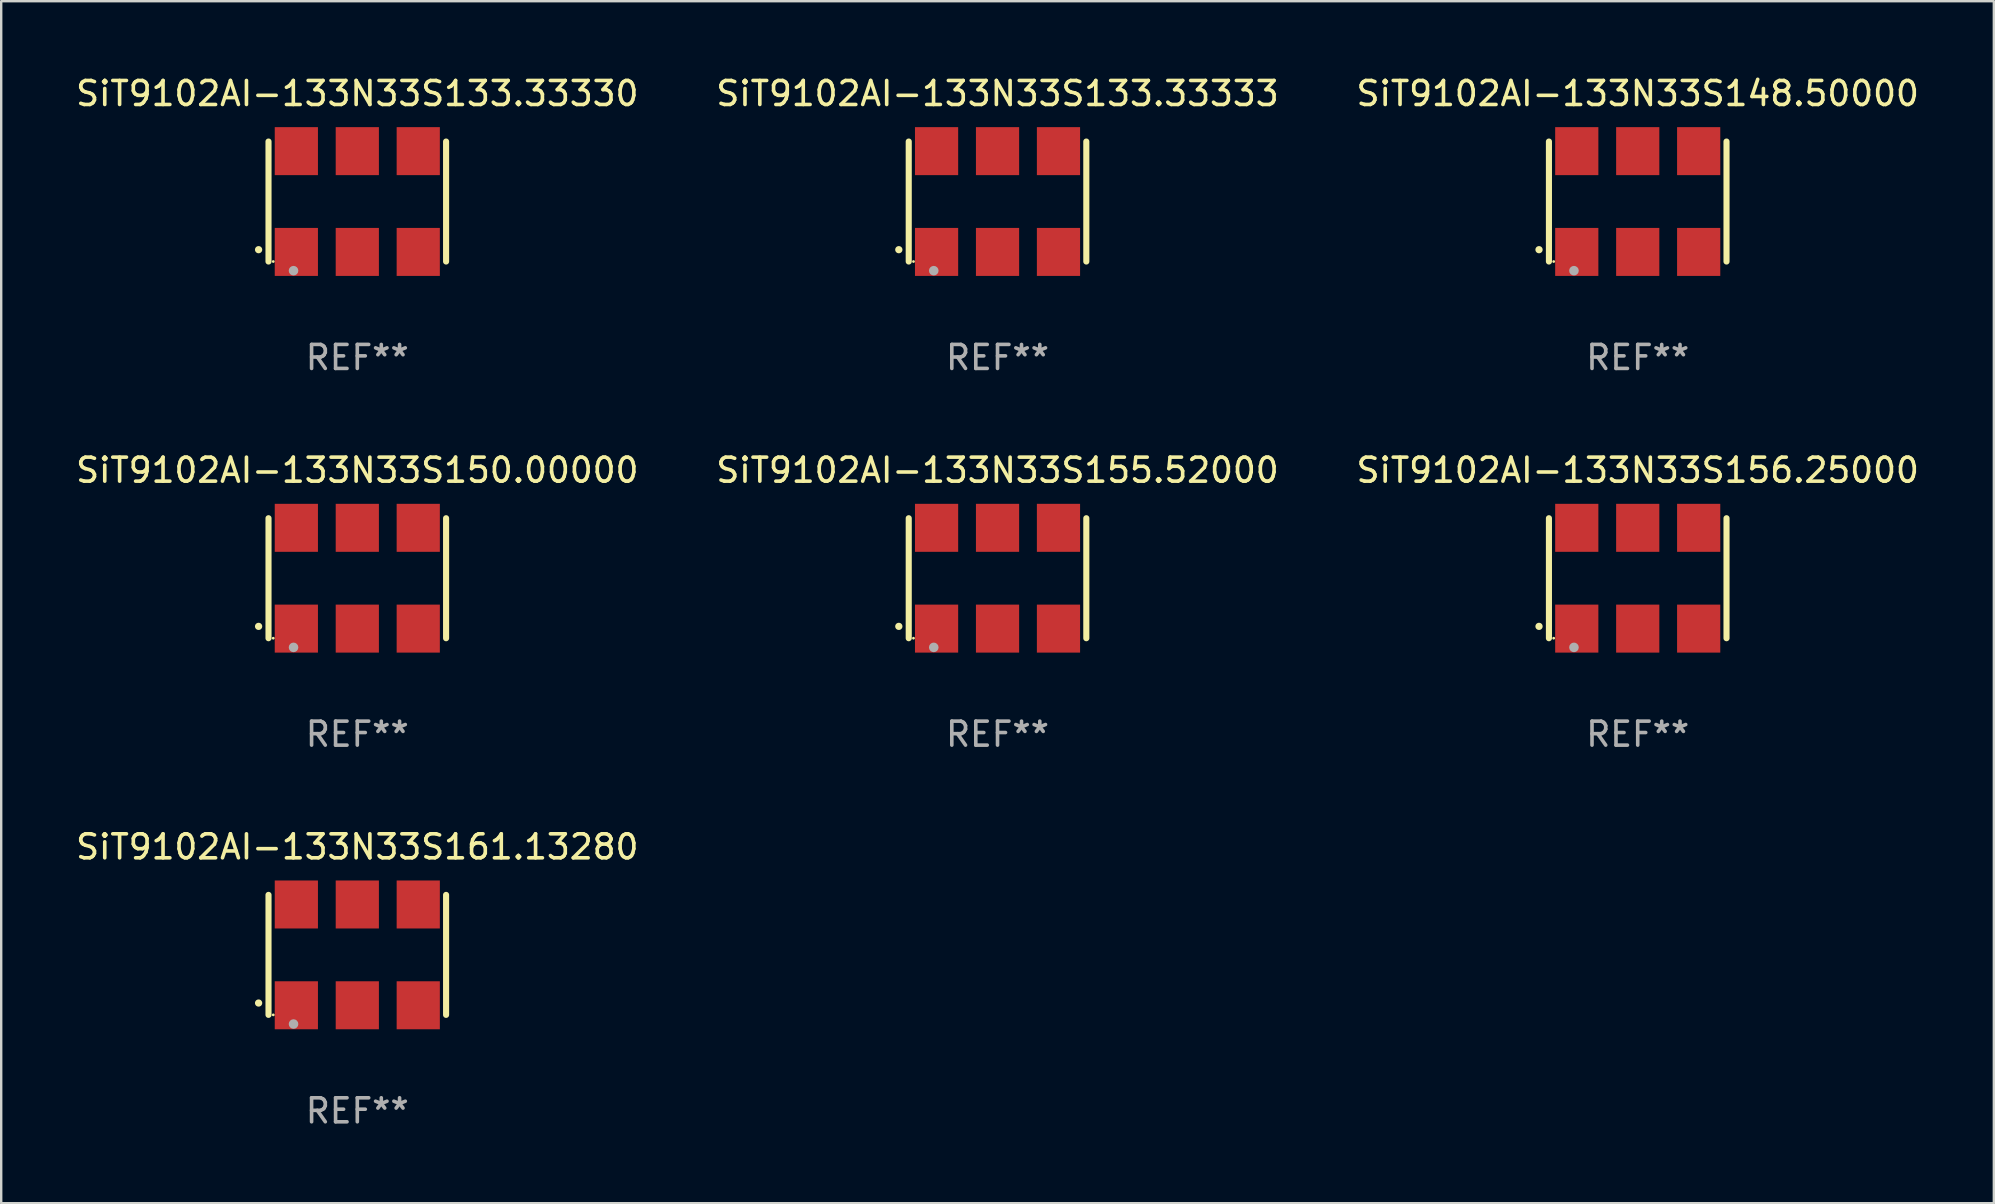
<source format=kicad_pcb>
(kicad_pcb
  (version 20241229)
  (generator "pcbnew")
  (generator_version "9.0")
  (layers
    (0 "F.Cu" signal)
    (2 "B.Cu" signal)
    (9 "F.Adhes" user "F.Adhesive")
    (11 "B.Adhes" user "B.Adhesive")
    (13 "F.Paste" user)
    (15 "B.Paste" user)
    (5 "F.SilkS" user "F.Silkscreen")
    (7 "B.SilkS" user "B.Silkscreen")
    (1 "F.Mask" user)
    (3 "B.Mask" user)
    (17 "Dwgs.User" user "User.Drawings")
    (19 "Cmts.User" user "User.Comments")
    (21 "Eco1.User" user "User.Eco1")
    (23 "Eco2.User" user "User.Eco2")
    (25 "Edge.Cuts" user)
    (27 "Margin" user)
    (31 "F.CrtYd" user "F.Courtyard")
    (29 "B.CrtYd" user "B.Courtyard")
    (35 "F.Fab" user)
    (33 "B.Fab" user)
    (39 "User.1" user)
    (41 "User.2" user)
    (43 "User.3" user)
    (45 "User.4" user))
  (footprint "SiT9102AI-133N33S161.13280"
    (layer "F.Cu")
    (at 11.839 36.741)
    (property "Reference" "SiT9102AI-133N33S161.13280" (at 0 -4.5 0) (layer "F.SilkS") (effects (font (size 1 1) (thickness 0.15))))
    (attr through_hole)
    (fp_line (start -3.7 -2.5) (end -3.7 2.5) (stroke (width 0.254) (type solid)) (layer "F.SilkS"))
    (fp_line (start 3.7 -2.5) (end 3.7 2.5) (stroke (width 0.254) (type solid)) (layer "F.SilkS"))
    (fp_arc (start -4.114415 2.006604) (mid -4.113145 2.006599) (end -4.111875 2.006604) (stroke (width 0.3) (type solid)) (layer "F.SilkS"))
    (fp_circle (center -3.502 2.5) (end -3.472 2.5) (stroke (width 0.06) (type solid)) (fill no) (layer "F.SilkS"))
    (fp_circle (center -2.657 2.882) (end -2.557 2.882) (stroke (width 0.2) (type solid)) (fill no) (layer "F.Fab"))
    (fp_text user "REF**" (at 0 6.5 0) (layer "F.Fab") (effects (font (size 1 1) (thickness 0.15))))
    (pad "1" smd rect (at -2.54 2.1) (size 1.8 2) (layers "F.Cu" "F.Mask" "F.Paste"))
    (pad "2" smd rect (at 0.000394 2.1) (size 1.8 2) (layers "F.Cu" "F.Mask" "F.Paste"))
    (pad "3" smd rect (at 2.54 2.1) (size 1.8 2) (layers "F.Cu" "F.Mask" "F.Paste"))
    (pad "4" smd rect (at 2.54 -2.1) (size 1.8 2) (layers "F.Cu" "F.Mask" "F.Paste"))
    (pad "5" smd rect (at 0.000394 -2.1) (size 1.8 2) (layers "F.Cu" "F.Mask" "F.Paste"))
    (pad "6" smd rect (at -2.54 -2.1) (size 1.8 2) (layers "F.Cu" "F.Mask" "F.Paste")))
  (footprint "SiT9102AI-133N33S133.33333"
    (layer "F.Cu")
    (at 38.518 5.348)
    (property "Reference" "SiT9102AI-133N33S133.33333" (at 0 -4.5 0) (layer "F.SilkS") (effects (font (size 1 1) (thickness 0.15))))
    (attr through_hole)
    (fp_line (start -3.7 -2.5) (end -3.7 2.5) (stroke (width 0.254) (type solid)) (layer "F.SilkS"))
    (fp_line (start 3.7 -2.5) (end 3.7 2.5) (stroke (width 0.254) (type solid)) (layer "F.SilkS"))
    (fp_arc (start -4.114415 2.006604) (mid -4.113145 2.006599) (end -4.111875 2.006604) (stroke (width 0.3) (type solid)) (layer "F.SilkS"))
    (fp_circle (center -3.502 2.5) (end -3.472 2.5) (stroke (width 0.06) (type solid)) (fill no) (layer "F.SilkS"))
    (fp_circle (center -2.657 2.882) (end -2.557 2.882) (stroke (width 0.2) (type solid)) (fill no) (layer "F.Fab"))
    (fp_text user "REF**" (at 0 6.5 0) (layer "F.Fab") (effects (font (size 1 1) (thickness 0.15))))
    (pad "1" smd rect (at -2.54 2.1) (size 1.8 2) (layers "F.Cu" "F.Mask" "F.Paste"))
    (pad "2" smd rect (at 0.000394 2.1) (size 1.8 2) (layers "F.Cu" "F.Mask" "F.Paste"))
    (pad "3" smd rect (at 2.54 2.1) (size 1.8 2) (layers "F.Cu" "F.Mask" "F.Paste"))
    (pad "4" smd rect (at 2.54 -2.1) (size 1.8 2) (layers "F.Cu" "F.Mask" "F.Paste"))
    (pad "5" smd rect (at 0.000394 -2.1) (size 1.8 2) (layers "F.Cu" "F.Mask" "F.Paste"))
    (pad "6" smd rect (at -2.54 -2.1) (size 1.8 2) (layers "F.Cu" "F.Mask" "F.Paste")))
  (footprint "SiT9102AI-133N33S155.52000"
    (layer "F.Cu")
    (at 38.518 21.045)
    (property "Reference" "SiT9102AI-133N33S155.52000" (at 0 -4.5 0) (layer "F.SilkS") (effects (font (size 1 1) (thickness 0.15))))
    (attr through_hole)
    (fp_line (start -3.7 -2.5) (end -3.7 2.5) (stroke (width 0.254) (type solid)) (layer "F.SilkS"))
    (fp_line (start 3.7 -2.5) (end 3.7 2.5) (stroke (width 0.254) (type solid)) (layer "F.SilkS"))
    (fp_arc (start -4.114415 2.006604) (mid -4.113145 2.006599) (end -4.111875 2.006604) (stroke (width 0.3) (type solid)) (layer "F.SilkS"))
    (fp_circle (center -3.502 2.5) (end -3.472 2.5) (stroke (width 0.06) (type solid)) (fill no) (layer "F.SilkS"))
    (fp_circle (center -2.657 2.882) (end -2.557 2.882) (stroke (width 0.2) (type solid)) (fill no) (layer "F.Fab"))
    (fp_text user "REF**" (at 0 6.5 0) (layer "F.Fab") (effects (font (size 1 1) (thickness 0.15))))
    (pad "1" smd rect (at -2.54 2.1) (size 1.8 2) (layers "F.Cu" "F.Mask" "F.Paste"))
    (pad "2" smd rect (at 0.000394 2.1) (size 1.8 2) (layers "F.Cu" "F.Mask" "F.Paste"))
    (pad "3" smd rect (at 2.54 2.1) (size 1.8 2) (layers "F.Cu" "F.Mask" "F.Paste"))
    (pad "4" smd rect (at 2.54 -2.1) (size 1.8 2) (layers "F.Cu" "F.Mask" "F.Paste"))
    (pad "5" smd rect (at 0.000394 -2.1) (size 1.8 2) (layers "F.Cu" "F.Mask" "F.Paste"))
    (pad "6" smd rect (at -2.54 -2.1) (size 1.8 2) (layers "F.Cu" "F.Mask" "F.Paste")))
  (footprint "SiT9102AI-133N33S133.33330"
    (layer "F.Cu")
    (at 11.839 5.348)
    (property "Reference" "SiT9102AI-133N33S133.33330" (at 0 -4.5 0) (layer "F.SilkS") (effects (font (size 1 1) (thickness 0.15))))
    (attr through_hole)
    (fp_line (start -3.7 -2.5) (end -3.7 2.5) (stroke (width 0.254) (type solid)) (layer "F.SilkS"))
    (fp_line (start 3.7 -2.5) (end 3.7 2.5) (stroke (width 0.254) (type solid)) (layer "F.SilkS"))
    (fp_arc (start -4.114415 2.006604) (mid -4.113145 2.006599) (end -4.111875 2.006604) (stroke (width 0.3) (type solid)) (layer "F.SilkS"))
    (fp_circle (center -3.502 2.5) (end -3.472 2.5) (stroke (width 0.06) (type solid)) (fill no) (layer "F.SilkS"))
    (fp_circle (center -2.657 2.882) (end -2.557 2.882) (stroke (width 0.2) (type solid)) (fill no) (layer "F.Fab"))
    (fp_text user "REF**" (at 0 6.5 0) (layer "F.Fab") (effects (font (size 1 1) (thickness 0.15))))
    (pad "1" smd rect (at -2.54 2.1) (size 1.8 2) (layers "F.Cu" "F.Mask" "F.Paste"))
    (pad "2" smd rect (at 0.000394 2.1) (size 1.8 2) (layers "F.Cu" "F.Mask" "F.Paste"))
    (pad "3" smd rect (at 2.54 2.1) (size 1.8 2) (layers "F.Cu" "F.Mask" "F.Paste"))
    (pad "4" smd rect (at 2.54 -2.1) (size 1.8 2) (layers "F.Cu" "F.Mask" "F.Paste"))
    (pad "5" smd rect (at 0.000394 -2.1) (size 1.8 2) (layers "F.Cu" "F.Mask" "F.Paste"))
    (pad "6" smd rect (at -2.54 -2.1) (size 1.8 2) (layers "F.Cu" "F.Mask" "F.Paste")))
  (footprint "SiT9102AI-133N33S156.25000"
    (layer "F.Cu")
    (at 65.196 21.045)
    (property "Reference" "SiT9102AI-133N33S156.25000" (at 0 -4.5 0) (layer "F.SilkS") (effects (font (size 1 1) (thickness 0.15))))
    (attr through_hole)
    (fp_line (start -3.7 -2.5) (end -3.7 2.5) (stroke (width 0.254) (type solid)) (layer "F.SilkS"))
    (fp_line (start 3.7 -2.5) (end 3.7 2.5) (stroke (width 0.254) (type solid)) (layer "F.SilkS"))
    (fp_arc (start -4.114415 2.006604) (mid -4.113145 2.006599) (end -4.111875 2.006604) (stroke (width 0.3) (type solid)) (layer "F.SilkS"))
    (fp_circle (center -3.502 2.5) (end -3.472 2.5) (stroke (width 0.06) (type solid)) (fill no) (layer "F.SilkS"))
    (fp_circle (center -2.657 2.882) (end -2.557 2.882) (stroke (width 0.2) (type solid)) (fill no) (layer "F.Fab"))
    (fp_text user "REF**" (at 0 6.5 0) (layer "F.Fab") (effects (font (size 1 1) (thickness 0.15))))
    (pad "1" smd rect (at -2.54 2.1) (size 1.8 2) (layers "F.Cu" "F.Mask" "F.Paste"))
    (pad "2" smd rect (at 0.000394 2.1) (size 1.8 2) (layers "F.Cu" "F.Mask" "F.Paste"))
    (pad "3" smd rect (at 2.54 2.1) (size 1.8 2) (layers "F.Cu" "F.Mask" "F.Paste"))
    (pad "4" smd rect (at 2.54 -2.1) (size 1.8 2) (layers "F.Cu" "F.Mask" "F.Paste"))
    (pad "5" smd rect (at 0.000394 -2.1) (size 1.8 2) (layers "F.Cu" "F.Mask" "F.Paste"))
    (pad "6" smd rect (at -2.54 -2.1) (size 1.8 2) (layers "F.Cu" "F.Mask" "F.Paste")))
  (footprint "SiT9102AI-133N33S148.50000"
    (layer "F.Cu")
    (at 65.196 5.348)
    (property "Reference" "SiT9102AI-133N33S148.50000" (at 0 -4.5 0) (layer "F.SilkS") (effects (font (size 1 1) (thickness 0.15))))
    (attr through_hole)
    (fp_line (start -3.7 -2.5) (end -3.7 2.5) (stroke (width 0.254) (type solid)) (layer "F.SilkS"))
    (fp_line (start 3.7 -2.5) (end 3.7 2.5) (stroke (width 0.254) (type solid)) (layer "F.SilkS"))
    (fp_arc (start -4.114415 2.006604) (mid -4.113145 2.006599) (end -4.111875 2.006604) (stroke (width 0.3) (type solid)) (layer "F.SilkS"))
    (fp_circle (center -3.502 2.5) (end -3.472 2.5) (stroke (width 0.06) (type solid)) (fill no) (layer "F.SilkS"))
    (fp_circle (center -2.657 2.882) (end -2.557 2.882) (stroke (width 0.2) (type solid)) (fill no) (layer "F.Fab"))
    (fp_text user "REF**" (at 0 6.5 0) (layer "F.Fab") (effects (font (size 1 1) (thickness 0.15))))
    (pad "1" smd rect (at -2.54 2.1) (size 1.8 2) (layers "F.Cu" "F.Mask" "F.Paste"))
    (pad "2" smd rect (at 0.000394 2.1) (size 1.8 2) (layers "F.Cu" "F.Mask" "F.Paste"))
    (pad "3" smd rect (at 2.54 2.1) (size 1.8 2) (layers "F.Cu" "F.Mask" "F.Paste"))
    (pad "4" smd rect (at 2.54 -2.1) (size 1.8 2) (layers "F.Cu" "F.Mask" "F.Paste"))
    (pad "5" smd rect (at 0.000394 -2.1) (size 1.8 2) (layers "F.Cu" "F.Mask" "F.Paste"))
    (pad "6" smd rect (at -2.54 -2.1) (size 1.8 2) (layers "F.Cu" "F.Mask" "F.Paste")))
  (footprint "SiT9102AI-133N33S150.00000"
    (layer "F.Cu")
    (at 11.839 21.045)
    (property "Reference" "SiT9102AI-133N33S150.00000" (at 0 -4.5 0) (layer "F.SilkS") (effects (font (size 1 1) (thickness 0.15))))
    (attr through_hole)
    (fp_line (start -3.7 -2.5) (end -3.7 2.5) (stroke (width 0.254) (type solid)) (layer "F.SilkS"))
    (fp_line (start 3.7 -2.5) (end 3.7 2.5) (stroke (width 0.254) (type solid)) (layer "F.SilkS"))
    (fp_arc (start -4.114415 2.006604) (mid -4.113145 2.006599) (end -4.111875 2.006604) (stroke (width 0.3) (type solid)) (layer "F.SilkS"))
    (fp_circle (center -3.502 2.5) (end -3.472 2.5) (stroke (width 0.06) (type solid)) (fill no) (layer "F.SilkS"))
    (fp_circle (center -2.657 2.882) (end -2.557 2.882) (stroke (width 0.2) (type solid)) (fill no) (layer "F.Fab"))
    (fp_text user "REF**" (at 0 6.5 0) (layer "F.Fab") (effects (font (size 1 1) (thickness 0.15))))
    (pad "1" smd rect (at -2.54 2.1) (size 1.8 2) (layers "F.Cu" "F.Mask" "F.Paste"))
    (pad "2" smd rect (at 0.000394 2.1) (size 1.8 2) (layers "F.Cu" "F.Mask" "F.Paste"))
    (pad "3" smd rect (at 2.54 2.1) (size 1.8 2) (layers "F.Cu" "F.Mask" "F.Paste"))
    (pad "4" smd rect (at 2.54 -2.1) (size 1.8 2) (layers "F.Cu" "F.Mask" "F.Paste"))
    (pad "5" smd rect (at 0.000394 -2.1) (size 1.8 2) (layers "F.Cu" "F.Mask" "F.Paste"))
    (pad "6" smd rect (at -2.54 -2.1) (size 1.8 2) (layers "F.Cu" "F.Mask" "F.Paste")))
  (gr_rect
    (start -3 -3)
    (end 80.036 47.09)
    (stroke (width 0.1) (type default))
    (fill no)
    (layer "Edge.Cuts")))
</source>
